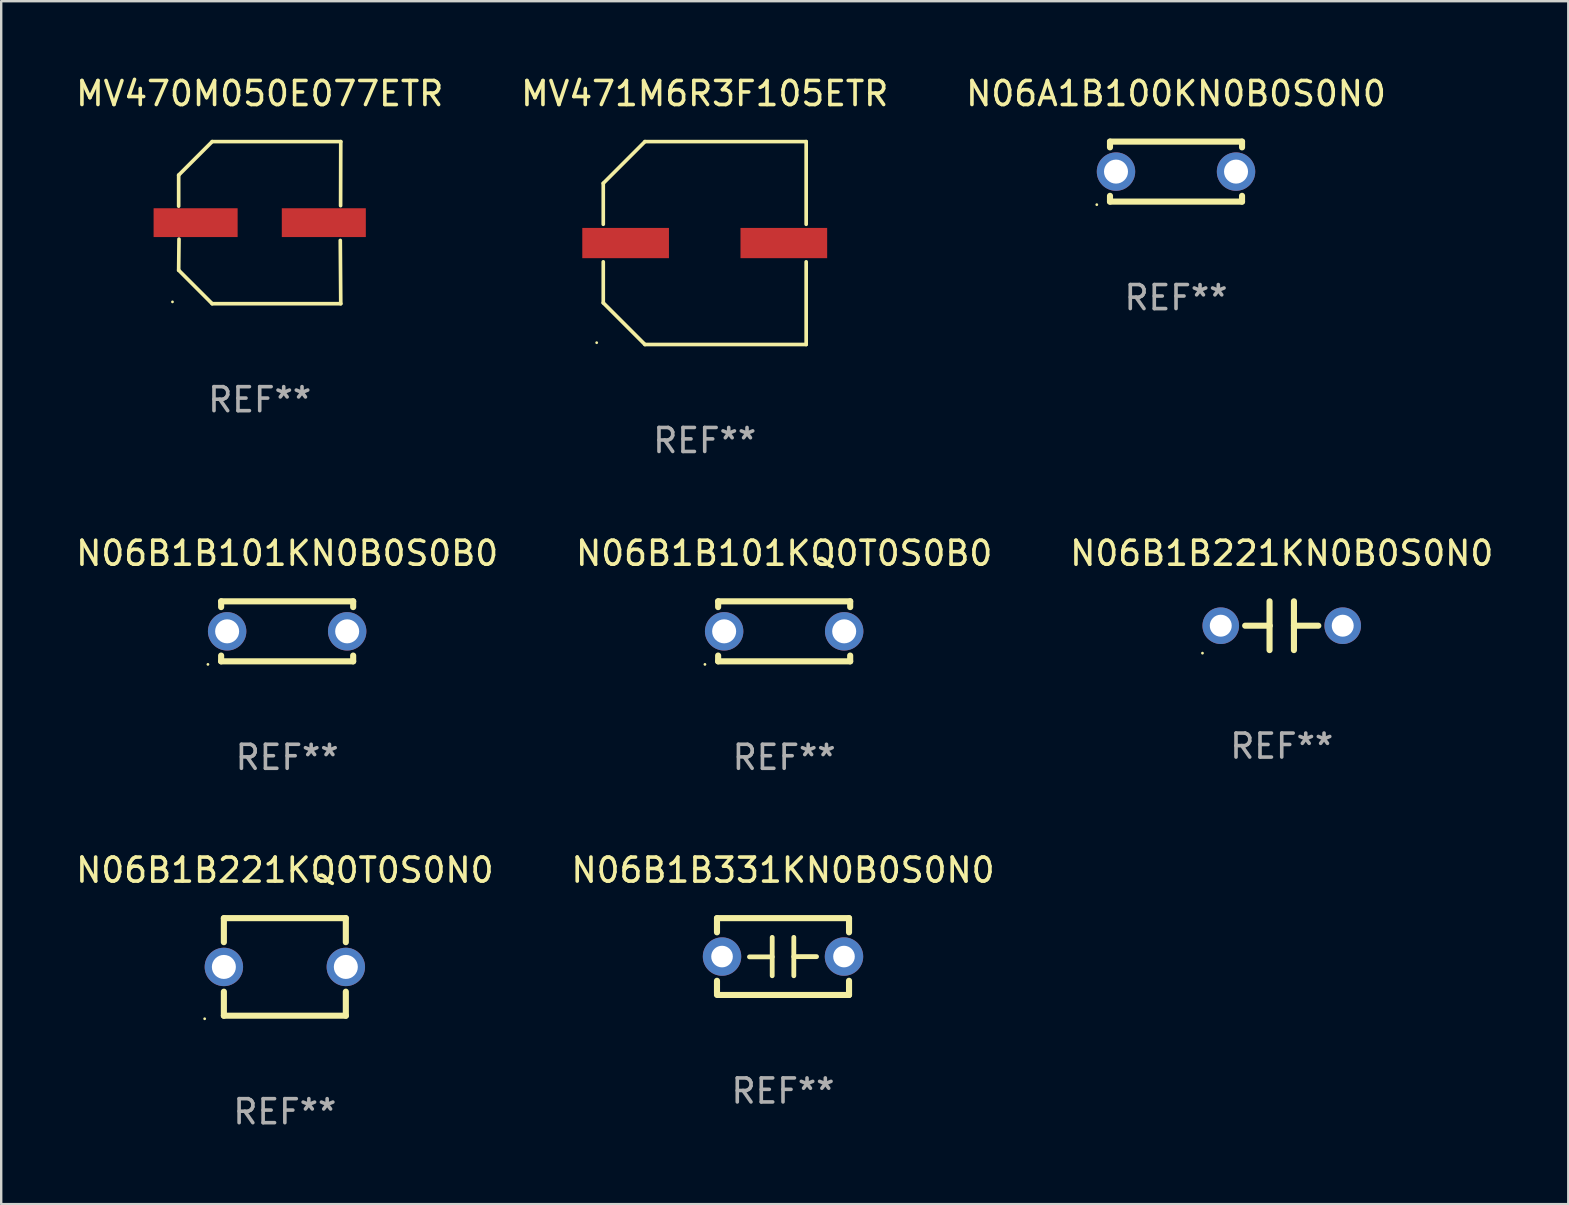
<source format=kicad_pcb>
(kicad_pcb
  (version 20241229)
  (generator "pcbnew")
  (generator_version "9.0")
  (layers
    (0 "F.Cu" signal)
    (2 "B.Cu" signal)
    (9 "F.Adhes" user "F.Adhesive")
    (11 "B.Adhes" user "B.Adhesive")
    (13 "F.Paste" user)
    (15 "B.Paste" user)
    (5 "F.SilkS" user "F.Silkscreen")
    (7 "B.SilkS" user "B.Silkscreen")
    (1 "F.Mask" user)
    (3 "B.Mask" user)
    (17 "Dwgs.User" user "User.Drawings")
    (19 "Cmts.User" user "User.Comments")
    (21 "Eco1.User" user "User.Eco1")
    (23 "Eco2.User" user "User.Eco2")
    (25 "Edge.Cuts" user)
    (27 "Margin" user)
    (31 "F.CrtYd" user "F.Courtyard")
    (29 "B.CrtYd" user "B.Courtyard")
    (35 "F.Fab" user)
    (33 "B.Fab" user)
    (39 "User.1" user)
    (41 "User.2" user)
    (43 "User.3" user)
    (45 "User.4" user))
  (footprint "N06A1B100KN0B0S0N0"
    (layer "F.Cu")
    (at 45.935 4.098)
    (property "Reference" "N06A1B100KN0B0S0N0" (at 0 -3.25 0) (layer "F.SilkS") (effects (font (size 1 1) (thickness 0.15))))
    (attr through_hole)
    (fp_line (start -2.75 -1.25) (end -2.75 -1.009) (stroke (width 0.254) (type solid)) (layer "F.SilkS"))
    (fp_line (start -2.75 -1.25) (end 2.75 -1.25) (stroke (width 0.254) (type solid)) (layer "F.SilkS"))
    (fp_line (start -2.75 1.009) (end -2.75 1.25) (stroke (width 0.254) (type solid)) (layer "F.SilkS"))
    (fp_line (start 2.75 -1.25) (end 2.75 -1.009) (stroke (width 0.254) (type solid)) (layer "F.SilkS"))
    (fp_line (start 2.75 1.009) (end 2.75 1.25) (stroke (width 0.254) (type solid)) (layer "F.SilkS"))
    (fp_line (start 2.75 1.25) (end -2.75 1.25) (stroke (width 0.254) (type solid)) (layer "F.SilkS"))
    (fp_circle (center -3.3 1.377) (end -3.27 1.377) (stroke (width 0.06) (type solid)) (fill no) (layer "F.SilkS"))
    (fp_text user "REF**" (at 0 5.25 0) (layer "F.Fab") (effects (font (size 1 1) (thickness 0.15))))
    (pad "1" thru_hole circle (at -2.5 0) (size 1.6 1.6) (drill 1) (layers "*.Cu" "*.Mask"))
    (pad "2" thru_hole circle (at 2.5 0) (size 1.6 1.6) (drill 1) (layers "*.Cu" "*.Mask")))
  (footprint "N06B1B331KN0B0S0N0"
    (layer "F.Cu")
    (at 29.565 36.794)
    (property "Reference" "N06B1B331KN0B0S0N0" (at 0 -3.6 0) (layer "F.SilkS") (effects (font (size 1 1) (thickness 0.15))))
    (attr through_hole)
    (fp_line (start -2.75 -1.6) (end -2.75 -1.009) (stroke (width 0.254) (type solid)) (layer "F.SilkS"))
    (fp_line (start -2.75 -1.6) (end 2.75 -1.6) (stroke (width 0.254) (type solid)) (layer "F.SilkS"))
    (fp_line (start -2.75 1.009) (end -2.75 1.524) (stroke (width 0.254) (type solid)) (layer "F.SilkS"))
    (fp_line (start -2.75 1.6) (end 2.75 1.6) (stroke (width 0.254) (type solid)) (layer "F.SilkS"))
    (fp_line (start -0.45 -0.8) (end -0.45 0.8) (stroke (width 0.2) (type solid)) (layer "F.SilkS"))
    (fp_line (start -0.45 0.013) (end -1.397 0.013) (stroke (width 0.2) (type solid)) (layer "F.SilkS"))
    (fp_line (start 0.45 0.003) (end 1.397 0.003) (stroke (width 0.2) (type solid)) (layer "F.SilkS"))
    (fp_line (start 0.45 0.8) (end 0.45 -0.8) (stroke (width 0.2) (type solid)) (layer "F.SilkS"))
    (fp_line (start 2.75 -1.6) (end 2.75 -1.009) (stroke (width 0.254) (type solid)) (layer "F.SilkS"))
    (fp_line (start 2.75 1.009) (end 2.75 1.6) (stroke (width 0.254) (type solid)) (layer "F.SilkS"))
    (fp_circle (center -2.79 1.6) (end -2.76 1.6) (stroke (width 0.06) (type solid)) (fill no) (layer "F.SilkS"))
    (fp_text user "REF**" (at 0 5.6 0) (layer "F.Fab") (effects (font (size 1 1) (thickness 0.15))))
    (pad "1" thru_hole circle (at -2.54 0) (size 1.6 1.6) (drill 0.9) (layers "*.Cu" "*.Mask"))
    (pad "2" thru_hole circle (at 2.54 0) (size 1.6 1.6) (drill 0.9) (layers "*.Cu" "*.Mask")))
  (footprint "N06B1B101KQ0T0S0B0"
    (layer "F.Cu")
    (at 29.613 23.247)
    (property "Reference" "N06B1B101KQ0T0S0B0" (at 0 -3.25 0) (layer "F.SilkS") (effects (font (size 1 1) (thickness 0.15))))
    (attr through_hole)
    (fp_line (start -2.75 -1.25) (end -2.75 -1.009) (stroke (width 0.254) (type solid)) (layer "F.SilkS"))
    (fp_line (start -2.75 -1.25) (end 2.75 -1.25) (stroke (width 0.254) (type solid)) (layer "F.SilkS"))
    (fp_line (start -2.75 1.009) (end -2.75 1.25) (stroke (width 0.254) (type solid)) (layer "F.SilkS"))
    (fp_line (start 2.75 -1.25) (end 2.75 -1.009) (stroke (width 0.254) (type solid)) (layer "F.SilkS"))
    (fp_line (start 2.75 1.009) (end 2.75 1.25) (stroke (width 0.254) (type solid)) (layer "F.SilkS"))
    (fp_line (start 2.75 1.25) (end -2.75 1.25) (stroke (width 0.254) (type solid)) (layer "F.SilkS"))
    (fp_circle (center -3.3 1.377) (end -3.27 1.377) (stroke (width 0.06) (type solid)) (fill no) (layer "F.SilkS"))
    (fp_text user "REF**" (at 0 5.25 0) (layer "F.Fab") (effects (font (size 1 1) (thickness 0.15))))
    (pad "1" thru_hole circle (at -2.5 0) (size 1.6 1.6) (drill 1) (layers "*.Cu" "*.Mask"))
    (pad "2" thru_hole circle (at 2.5 0) (size 1.6 1.6) (drill 1) (layers "*.Cu" "*.Mask")))
  (footprint "N06B1B221KN0B0S0N0"
    (layer "F.Cu")
    (at 50.339 23.013)
    (property "Reference" "N06B1B221KN0B0S0N0" (at 0 -3.016 0) (layer "F.SilkS") (effects (font (size 1 1) (thickness 0.15))))
    (attr through_hole)
    (fp_line (start -1.524 0) (end -0.508 0) (stroke (width 0.254) (type solid)) (layer "F.SilkS"))
    (fp_line (start -0.508 0) (end -0.508 -1.016) (stroke (width 0.254) (type solid)) (layer "F.SilkS"))
    (fp_line (start -0.508 0) (end -0.508 1.016) (stroke (width 0.254) (type solid)) (layer "F.SilkS"))
    (fp_line (start 0.508 -1.016) (end 0.508 1.016) (stroke (width 0.254) (type solid)) (layer "F.SilkS"))
    (fp_line (start 1.524 0) (end 0.508 0) (stroke (width 0.254) (type solid)) (layer "F.SilkS"))
    (fp_circle (center -3.302 1.143) (end -3.272 1.143) (stroke (width 0.06) (type solid)) (fill no) (layer "F.SilkS"))
    (fp_text user "REF**" (at 0 5.016 0) (layer "F.Fab") (effects (font (size 1 1) (thickness 0.15))))
    (pad "1" thru_hole circle (at -2.54 0) (size 1.524 1.524) (drill 0.914) (layers "*.Cu" "*.Mask"))
    (pad "2" thru_hole circle (at 2.54 0) (size 1.524 1.524) (drill 0.914) (layers "*.Cu" "*.Mask")))
  (footprint "MV471M6R3F105ETR"
    (layer "F.Cu")
    (at 26.304 7.074)
    (property "Reference" "MV471M6R3F105ETR" (at 0 -6.226 0) (layer "F.SilkS") (effects (font (size 1 1) (thickness 0.15))))
    (attr through_hole)
    (fp_line (start -4.226 -2.49) (end -4.226 -0.782) (stroke (width 0.152) (type solid)) (layer "F.SilkS"))
    (fp_line (start -4.226 2.49) (end -4.226 0.782) (stroke (width 0.152) (type solid)) (layer "F.SilkS"))
    (fp_line (start -2.49 -4.226) (end -4.226 -2.49) (stroke (width 0.152) (type solid)) (layer "F.SilkS"))
    (fp_line (start -2.49 4.226) (end -4.226 2.49) (stroke (width 0.152) (type solid)) (layer "F.SilkS"))
    (fp_line (start 4.226 -4.226) (end -2.49 -4.226) (stroke (width 0.152) (type solid)) (layer "F.SilkS"))
    (fp_line (start 4.226 -0.782) (end 4.226 -4.226) (stroke (width 0.152) (type solid)) (layer "F.SilkS"))
    (fp_line (start 4.226 0.782) (end 4.226 4.226) (stroke (width 0.152) (type solid)) (layer "F.SilkS"))
    (fp_line (start 4.226 4.226) (end -2.49 4.226) (stroke (width 0.152) (type solid)) (layer "F.SilkS"))
    (fp_circle (center -4.5 4.15) (end -4.47 4.15) (stroke (width 0.06) (type solid)) (fill no) (layer "F.SilkS"))
    (fp_text user "REF**" (at 0 8.226 0) (layer "F.Fab") (effects (font (size 1 1) (thickness 0.15))))
    (pad "1" smd rect (at -3.295 -0.000076 180) (size 3.61 1.26) (layers "F.Cu" "F.Mask" "F.Paste"))
    (pad "2" smd rect (at 3.295 -0.000076 180) (size 3.61 1.26) (layers "F.Cu" "F.Mask" "F.Paste")))
  (footprint "MV470M050E077ETR"
    (layer "F.Cu")
    (at 7.768 6.224)
    (property "Reference" "MV470M050E077ETR" (at 0 -5.376 0) (layer "F.SilkS") (effects (font (size 1 1) (thickness 0.15))))
    (attr through_hole)
    (fp_line (start -3.376 -1.98) (end -3.376 -0.686) (stroke (width 0.152) (type solid)) (layer "F.SilkS"))
    (fp_line (start -3.376 1.981) (end -3.362 0.686) (stroke (width 0.152) (type solid)) (layer "F.SilkS"))
    (fp_line (start -1.981 3.376) (end -3.376 1.981) (stroke (width 0.152) (type solid)) (layer "F.SilkS"))
    (fp_line (start -1.98 -3.376) (end -3.376 -1.98) (stroke (width 0.152) (type solid)) (layer "F.SilkS"))
    (fp_line (start 3.356 0.74) (end 3.376 3.376) (stroke (width 0.152) (type solid)) (layer "F.SilkS"))
    (fp_line (start 3.369 -0.707) (end 3.376 -3.376) (stroke (width 0.152) (type solid)) (layer "F.SilkS"))
    (fp_line (start 3.376 3.376) (end -1.981 3.376) (stroke (width 0.152) (type solid)) (layer "F.SilkS"))
    (fp_line (start 3.376 -3.376) (end -1.98 -3.376) (stroke (width 0.152) (type solid)) (layer "F.SilkS"))
    (fp_circle (center -3.634 3.3) (end -3.604 3.3) (stroke (width 0.06) (type solid)) (fill no) (layer "F.SilkS"))
    (fp_text user "REF**" (at 0 7.376 0) (layer "F.Fab") (effects (font (size 1 1) (thickness 0.15))))
    (pad "1" smd rect (at -2.67 0.000254) (size 3.5 1.2) (layers "F.Cu" "F.Mask" "F.Paste"))
    (pad "2" smd rect (at 2.67 0.000254) (size 3.5 1.2) (layers "F.Cu" "F.Mask" "F.Paste")))
  (footprint "N06B1B221KQ0T0S0N0"
    (layer "F.Cu")
    (at 8.815 37.226)
    (property "Reference" "N06B1B221KQ0T0S0N0" (at 0 -4.032 0) (layer "F.SilkS") (effects (font (size 1 1) (thickness 0.15))))
    (attr through_hole)
    (fp_line (start -2.54 -2.032) (end -2.54 -1.031) (stroke (width 0.254) (type solid)) (layer "F.SilkS"))
    (fp_line (start -2.54 -2.032) (end 2.54 -2.032) (stroke (width 0.254) (type solid)) (layer "F.SilkS"))
    (fp_line (start -2.54 1.031) (end -2.54 2.032) (stroke (width 0.254) (type solid)) (layer "F.SilkS"))
    (fp_line (start -2.54 2.032) (end 2.54 2.032) (stroke (width 0.254) (type solid)) (layer "F.SilkS"))
    (fp_line (start 2.54 -2.032) (end 2.54 -1.031) (stroke (width 0.254) (type solid)) (layer "F.SilkS"))
    (fp_line (start 2.54 1.031) (end 2.54 2.032) (stroke (width 0.254) (type solid)) (layer "F.SilkS"))
    (fp_circle (center -3.34 2.159) (end -3.31 2.159) (stroke (width 0.06) (type solid)) (fill no) (layer "F.SilkS"))
    (fp_text user "REF**" (at 0 6.032 0) (layer "F.Fab") (effects (font (size 1 1) (thickness 0.15))))
    (pad "1" thru_hole circle (at -2.54 0) (size 1.6 1.6) (drill 1) (layers "*.Cu" "*.Mask"))
    (pad "2" thru_hole circle (at 2.54 0) (size 1.6 1.6) (drill 1) (layers "*.Cu" "*.Mask")))
  (footprint "N06B1B101KN0B0S0B0"
    (layer "F.Cu")
    (at 8.911 23.247)
    (property "Reference" "N06B1B101KN0B0S0B0" (at 0 -3.25 0) (layer "F.SilkS") (effects (font (size 1 1) (thickness 0.15))))
    (attr through_hole)
    (fp_line (start -2.75 -1.25) (end -2.75 -1.009) (stroke (width 0.254) (type solid)) (layer "F.SilkS"))
    (fp_line (start -2.75 -1.25) (end 2.75 -1.25) (stroke (width 0.254) (type solid)) (layer "F.SilkS"))
    (fp_line (start -2.75 1.009) (end -2.75 1.25) (stroke (width 0.254) (type solid)) (layer "F.SilkS"))
    (fp_line (start 2.75 -1.25) (end 2.75 -1.009) (stroke (width 0.254) (type solid)) (layer "F.SilkS"))
    (fp_line (start 2.75 1.009) (end 2.75 1.25) (stroke (width 0.254) (type solid)) (layer "F.SilkS"))
    (fp_line (start 2.75 1.25) (end -2.75 1.25) (stroke (width 0.254) (type solid)) (layer "F.SilkS"))
    (fp_circle (center -3.3 1.377) (end -3.27 1.377) (stroke (width 0.06) (type solid)) (fill no) (layer "F.SilkS"))
    (fp_text user "REF**" (at 0 5.25 0) (layer "F.Fab") (effects (font (size 1 1) (thickness 0.15))))
    (pad "1" thru_hole circle (at -2.5 0) (size 1.6 1.6) (drill 1) (layers "*.Cu" "*.Mask"))
    (pad "2" thru_hole circle (at 2.5 0) (size 1.6 1.6) (drill 1) (layers "*.Cu" "*.Mask")))
  (gr_rect
    (start -3 -3)
    (end 62.274 47.106)
    (stroke (width 0.1) (type default))
    (fill no)
    (layer "Edge.Cuts")))
</source>
